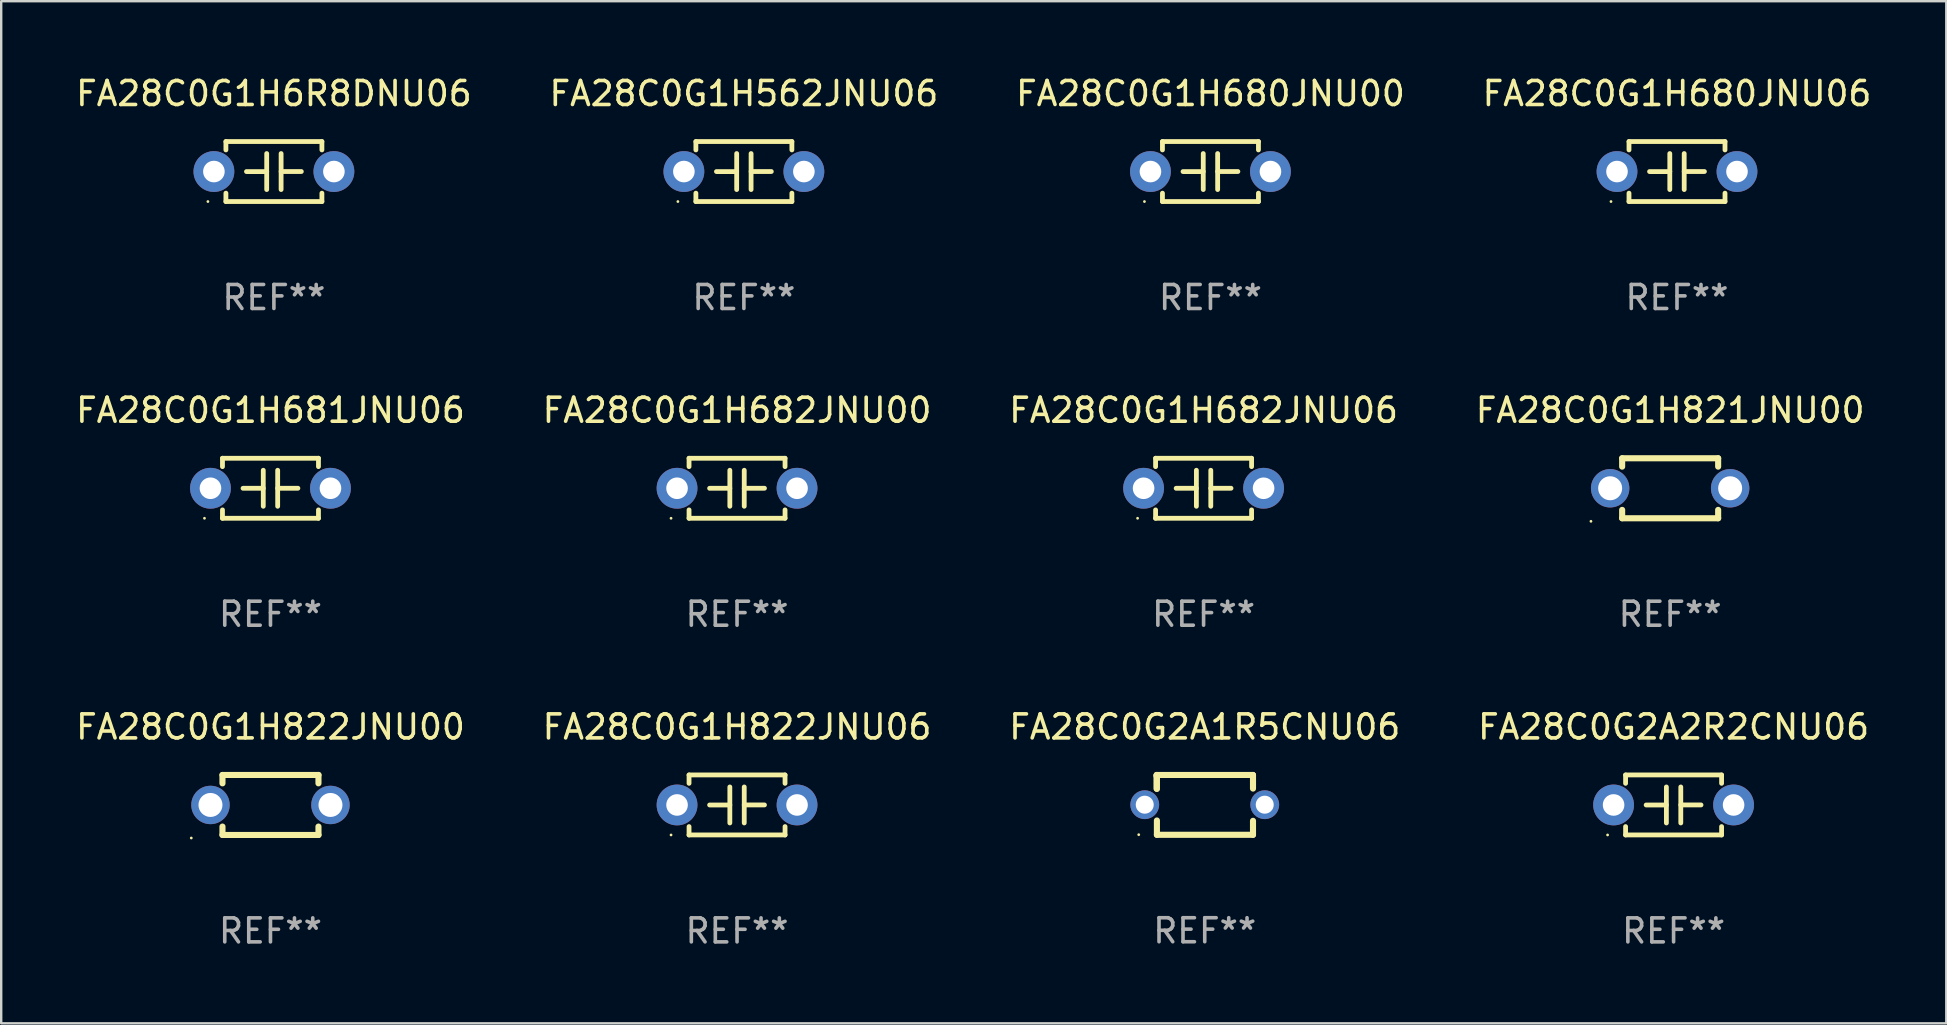
<source format=kicad_pcb>
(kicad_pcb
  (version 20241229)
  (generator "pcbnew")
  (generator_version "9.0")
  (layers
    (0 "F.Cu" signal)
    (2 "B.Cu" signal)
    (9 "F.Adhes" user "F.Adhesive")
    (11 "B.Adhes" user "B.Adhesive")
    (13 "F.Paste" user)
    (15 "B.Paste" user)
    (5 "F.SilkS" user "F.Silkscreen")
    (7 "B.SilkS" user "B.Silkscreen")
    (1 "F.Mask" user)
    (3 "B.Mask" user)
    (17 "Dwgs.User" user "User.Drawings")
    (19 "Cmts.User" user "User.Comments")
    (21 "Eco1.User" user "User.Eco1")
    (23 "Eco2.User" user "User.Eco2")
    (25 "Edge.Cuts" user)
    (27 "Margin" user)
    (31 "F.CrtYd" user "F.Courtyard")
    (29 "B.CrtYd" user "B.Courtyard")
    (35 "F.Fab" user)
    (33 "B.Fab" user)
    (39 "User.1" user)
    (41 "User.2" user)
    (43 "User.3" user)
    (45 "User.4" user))
  (footprint "FA28C0G1H681JNU06"
    (layer "F.Cu")
    (at 8.22 17.295)
    (property "Reference" "FA28C0G1H681JNU06" (at 0 -3.25 0) (layer "F.SilkS") (effects (font (size 1 1) (thickness 0.15))))
    (attr through_hole)
    (fp_line (start -2 -1.25) (end -2 -0.901) (stroke (width 0.2) (type solid)) (layer "F.SilkS"))
    (fp_line (start -2 -1.25) (end 2 -1.25) (stroke (width 0.2) (type solid)) (layer "F.SilkS"))
    (fp_line (start -2 0.901) (end -2 1.25) (stroke (width 0.2) (type solid)) (layer "F.SilkS"))
    (fp_line (start -0.3 -0.75) (end -0.3 0.75) (stroke (width 0.2) (type solid)) (layer "F.SilkS"))
    (fp_line (start -0.3 0.001) (end -1.143 0.001) (stroke (width 0.2) (type solid)) (layer "F.SilkS"))
    (fp_line (start 0.3 -0.001) (end 1.143 -0.001) (stroke (width 0.2) (type solid)) (layer "F.SilkS"))
    (fp_line (start 0.3 0.75) (end 0.3 -0.75) (stroke (width 0.2) (type solid)) (layer "F.SilkS"))
    (fp_line (start 2 -1.25) (end 2 -0.901) (stroke (width 0.2) (type solid)) (layer "F.SilkS"))
    (fp_line (start 2 0.901) (end 2 1.25) (stroke (width 0.2) (type solid)) (layer "F.SilkS"))
    (fp_line (start 2 1.25) (end -2 1.25) (stroke (width 0.2) (type solid)) (layer "F.SilkS"))
    (fp_circle (center -2.75 1.25) (end -2.72 1.25) (stroke (width 0.06) (type solid)) (fill no) (layer "F.SilkS"))
    (fp_text user "REF**" (at 0 5.25 0) (layer "F.Fab") (effects (font (size 1 1) (thickness 0.15))))
    (pad "1" thru_hole circle (at -2.5 0) (size 1.7 1.7) (drill 0.9) (layers "*.Cu" "*.Mask"))
    (pad "2" thru_hole circle (at 2.5 0) (size 1.7 1.7) (drill 0.9) (layers "*.Cu" "*.Mask")))
  (footprint "FA28C0G1H562JNU06"
    (layer "F.Cu")
    (at 27.946 4.098)
    (property "Reference" "FA28C0G1H562JNU06" (at 0 -3.25 0) (layer "F.SilkS") (effects (font (size 1 1) (thickness 0.15))))
    (attr through_hole)
    (fp_line (start -2 -1.25) (end -2 -0.901) (stroke (width 0.2) (type solid)) (layer "F.SilkS"))
    (fp_line (start -2 -1.25) (end 2 -1.25) (stroke (width 0.2) (type solid)) (layer "F.SilkS"))
    (fp_line (start -2 0.901) (end -2 1.25) (stroke (width 0.2) (type solid)) (layer "F.SilkS"))
    (fp_line (start -0.3 -0.75) (end -0.3 0.75) (stroke (width 0.2) (type solid)) (layer "F.SilkS"))
    (fp_line (start -0.3 0.001) (end -1.143 0.001) (stroke (width 0.2) (type solid)) (layer "F.SilkS"))
    (fp_line (start 0.3 -0.001) (end 1.143 -0.001) (stroke (width 0.2) (type solid)) (layer "F.SilkS"))
    (fp_line (start 0.3 0.75) (end 0.3 -0.75) (stroke (width 0.2) (type solid)) (layer "F.SilkS"))
    (fp_line (start 2 -1.25) (end 2 -0.901) (stroke (width 0.2) (type solid)) (layer "F.SilkS"))
    (fp_line (start 2 0.901) (end 2 1.25) (stroke (width 0.2) (type solid)) (layer "F.SilkS"))
    (fp_line (start 2 1.25) (end -2 1.25) (stroke (width 0.2) (type solid)) (layer "F.SilkS"))
    (fp_circle (center -2.75 1.25) (end -2.72 1.25) (stroke (width 0.06) (type solid)) (fill no) (layer "F.SilkS"))
    (fp_text user "REF**" (at 0 5.25 0) (layer "F.Fab") (effects (font (size 1 1) (thickness 0.15))))
    (pad "1" thru_hole circle (at -2.5 0) (size 1.7 1.7) (drill 0.9) (layers "*.Cu" "*.Mask"))
    (pad "2" thru_hole circle (at 2.5 0) (size 1.7 1.7) (drill 0.9) (layers "*.Cu" "*.Mask")))
  (footprint "FA28C0G2A1R5CNU06"
    (layer "F.Cu")
    (at 47.149 30.488)
    (property "Reference" "FA28C0G2A1R5CNU06" (at 0 -3.247 0) (layer "F.SilkS") (effects (font (size 1 1) (thickness 0.15))))
    (attr through_hole)
    (fp_line (start -2.006 -1.24) (end -1.999 -1.247) (stroke (width 0.254) (type solid)) (layer "F.SilkS"))
    (fp_line (start -2.006 -0.676) (end -2.006 -1.24) (stroke (width 0.254) (type solid)) (layer "F.SilkS"))
    (fp_line (start -1.999 -1.247) (end 2.005 -1.247) (stroke (width 0.254) (type solid)) (layer "F.SilkS"))
    (fp_line (start -1.993 -1.186) (end -2.006 -1.2) (stroke (width 0.254) (type solid)) (layer "F.SilkS"))
    (fp_line (start -1.993 -0.665) (end -1.993 -1.186) (stroke (width 0.254) (type solid)) (layer "F.SilkS"))
    (fp_line (start -1.993 1.247) (end -1.993 0.65) (stroke (width 0.254) (type solid)) (layer "F.SilkS"))
    (fp_line (start 2.005 -1.247) (end 2.011 -1.24) (stroke (width 0.254) (type solid)) (layer "F.SilkS"))
    (fp_line (start 2.011 -1.24) (end 2.011 -0.68) (stroke (width 0.254) (type solid)) (layer "F.SilkS"))
    (fp_line (start 2.011 0.664) (end 2.011 1.247) (stroke (width 0.254) (type solid)) (layer "F.SilkS"))
    (fp_line (start 2.011 1.247) (end -1.993 1.247) (stroke (width 0.254) (type solid)) (layer "F.SilkS"))
    (fp_circle (center -2.75 1.242) (end -2.72 1.242) (stroke (width 0.06) (type solid)) (fill no) (layer "F.SilkS"))
    (fp_text user "REF**" (at 0 5.247 0) (layer "F.Fab") (effects (font (size 1 1) (thickness 0.15))))
    (pad "1" thru_hole circle (at -2.5 -0.008) (size 1.2 1.2) (drill 0.75) (layers "*.Cu" "*.Mask"))
    (pad "2" thru_hole circle (at 2.5 -0.008) (size 1.2 1.2) (drill 0.75) (layers "*.Cu" "*.Mask")))
  (footprint "FA28C0G1H680JNU00"
    (layer "F.Cu")
    (at 47.387 4.098)
    (property "Reference" "FA28C0G1H680JNU00" (at 0 -3.25 0) (layer "F.SilkS") (effects (font (size 1 1) (thickness 0.15))))
    (attr through_hole)
    (fp_line (start -2 -1.25) (end -2 -0.901) (stroke (width 0.2) (type solid)) (layer "F.SilkS"))
    (fp_line (start -2 -1.25) (end 2 -1.25) (stroke (width 0.2) (type solid)) (layer "F.SilkS"))
    (fp_line (start -2 0.901) (end -2 1.25) (stroke (width 0.2) (type solid)) (layer "F.SilkS"))
    (fp_line (start -0.3 -0.75) (end -0.3 0.75) (stroke (width 0.2) (type solid)) (layer "F.SilkS"))
    (fp_line (start -0.3 0.001) (end -1.143 0.001) (stroke (width 0.2) (type solid)) (layer "F.SilkS"))
    (fp_line (start 0.3 -0.001) (end 1.143 -0.001) (stroke (width 0.2) (type solid)) (layer "F.SilkS"))
    (fp_line (start 0.3 0.75) (end 0.3 -0.75) (stroke (width 0.2) (type solid)) (layer "F.SilkS"))
    (fp_line (start 2 -1.25) (end 2 -0.901) (stroke (width 0.2) (type solid)) (layer "F.SilkS"))
    (fp_line (start 2 0.901) (end 2 1.25) (stroke (width 0.2) (type solid)) (layer "F.SilkS"))
    (fp_line (start 2 1.25) (end -2 1.25) (stroke (width 0.2) (type solid)) (layer "F.SilkS"))
    (fp_circle (center -2.75 1.25) (end -2.72 1.25) (stroke (width 0.06) (type solid)) (fill no) (layer "F.SilkS"))
    (fp_text user "REF**" (at 0 5.25 0) (layer "F.Fab") (effects (font (size 1 1) (thickness 0.15))))
    (pad "1" thru_hole circle (at -2.5 0) (size 1.7 1.7) (drill 0.9) (layers "*.Cu" "*.Mask"))
    (pad "2" thru_hole circle (at 2.5 0) (size 1.7 1.7) (drill 0.9) (layers "*.Cu" "*.Mask")))
  (footprint "FA28C0G2A2R2CNU06"
    (layer "F.Cu")
    (at 66.685 30.491)
    (property "Reference" "FA28C0G2A2R2CNU06" (at 0 -3.25 0) (layer "F.SilkS") (effects (font (size 1 1) (thickness 0.15))))
    (attr through_hole)
    (fp_line (start -2 -1.25) (end -2 -0.901) (stroke (width 0.2) (type solid)) (layer "F.SilkS"))
    (fp_line (start -2 -1.25) (end 2 -1.25) (stroke (width 0.2) (type solid)) (layer "F.SilkS"))
    (fp_line (start -2 0.901) (end -2 1.25) (stroke (width 0.2) (type solid)) (layer "F.SilkS"))
    (fp_line (start -0.3 -0.75) (end -0.3 0.75) (stroke (width 0.2) (type solid)) (layer "F.SilkS"))
    (fp_line (start -0.3 0.001) (end -1.143 0.001) (stroke (width 0.2) (type solid)) (layer "F.SilkS"))
    (fp_line (start 0.3 -0.001) (end 1.143 -0.001) (stroke (width 0.2) (type solid)) (layer "F.SilkS"))
    (fp_line (start 0.3 0.75) (end 0.3 -0.75) (stroke (width 0.2) (type solid)) (layer "F.SilkS"))
    (fp_line (start 2 -1.25) (end 2 -0.901) (stroke (width 0.2) (type solid)) (layer "F.SilkS"))
    (fp_line (start 2 0.901) (end 2 1.25) (stroke (width 0.2) (type solid)) (layer "F.SilkS"))
    (fp_line (start 2 1.25) (end -2 1.25) (stroke (width 0.2) (type solid)) (layer "F.SilkS"))
    (fp_circle (center -2.75 1.25) (end -2.72 1.25) (stroke (width 0.06) (type solid)) (fill no) (layer "F.SilkS"))
    (fp_text user "REF**" (at 0 5.25 0) (layer "F.Fab") (effects (font (size 1 1) (thickness 0.15))))
    (pad "1" thru_hole circle (at -2.5 0) (size 1.7 1.7) (drill 0.9) (layers "*.Cu" "*.Mask"))
    (pad "2" thru_hole circle (at 2.5 0) (size 1.7 1.7) (drill 0.9) (layers "*.Cu" "*.Mask")))
  (footprint "FA28C0G1H682JNU00"
    (layer "F.Cu")
    (at 27.661 17.295)
    (property "Reference" "FA28C0G1H682JNU00" (at 0 -3.25 0) (layer "F.SilkS") (effects (font (size 1 1) (thickness 0.15))))
    (attr through_hole)
    (fp_line (start -2 -1.25) (end -2 -0.901) (stroke (width 0.2) (type solid)) (layer "F.SilkS"))
    (fp_line (start -2 -1.25) (end 2 -1.25) (stroke (width 0.2) (type solid)) (layer "F.SilkS"))
    (fp_line (start -2 0.901) (end -2 1.25) (stroke (width 0.2) (type solid)) (layer "F.SilkS"))
    (fp_line (start -0.3 -0.75) (end -0.3 0.75) (stroke (width 0.2) (type solid)) (layer "F.SilkS"))
    (fp_line (start -0.3 0.001) (end -1.143 0.001) (stroke (width 0.2) (type solid)) (layer "F.SilkS"))
    (fp_line (start 0.3 -0.001) (end 1.143 -0.001) (stroke (width 0.2) (type solid)) (layer "F.SilkS"))
    (fp_line (start 0.3 0.75) (end 0.3 -0.75) (stroke (width 0.2) (type solid)) (layer "F.SilkS"))
    (fp_line (start 2 -1.25) (end 2 -0.901) (stroke (width 0.2) (type solid)) (layer "F.SilkS"))
    (fp_line (start 2 0.901) (end 2 1.25) (stroke (width 0.2) (type solid)) (layer "F.SilkS"))
    (fp_line (start 2 1.25) (end -2 1.25) (stroke (width 0.2) (type solid)) (layer "F.SilkS"))
    (fp_circle (center -2.75 1.25) (end -2.72 1.25) (stroke (width 0.06) (type solid)) (fill no) (layer "F.SilkS"))
    (fp_text user "REF**" (at 0 5.25 0) (layer "F.Fab") (effects (font (size 1 1) (thickness 0.15))))
    (pad "1" thru_hole circle (at -2.5 0) (size 1.7 1.7) (drill 0.9) (layers "*.Cu" "*.Mask"))
    (pad "2" thru_hole circle (at 2.5 0) (size 1.7 1.7) (drill 0.9) (layers "*.Cu" "*.Mask")))
  (footprint "FA28C0G1H822JNU06"
    (layer "F.Cu")
    (at 27.661 30.491)
    (property "Reference" "FA28C0G1H822JNU06" (at 0 -3.25 0) (layer "F.SilkS") (effects (font (size 1 1) (thickness 0.15))))
    (attr through_hole)
    (fp_line (start -2 -1.25) (end -2 -0.901) (stroke (width 0.2) (type solid)) (layer "F.SilkS"))
    (fp_line (start -2 -1.25) (end 2 -1.25) (stroke (width 0.2) (type solid)) (layer "F.SilkS"))
    (fp_line (start -2 0.901) (end -2 1.25) (stroke (width 0.2) (type solid)) (layer "F.SilkS"))
    (fp_line (start -0.3 -0.75) (end -0.3 0.75) (stroke (width 0.2) (type solid)) (layer "F.SilkS"))
    (fp_line (start -0.3 0.001) (end -1.143 0.001) (stroke (width 0.2) (type solid)) (layer "F.SilkS"))
    (fp_line (start 0.3 -0.001) (end 1.143 -0.001) (stroke (width 0.2) (type solid)) (layer "F.SilkS"))
    (fp_line (start 0.3 0.75) (end 0.3 -0.75) (stroke (width 0.2) (type solid)) (layer "F.SilkS"))
    (fp_line (start 2 -1.25) (end 2 -0.901) (stroke (width 0.2) (type solid)) (layer "F.SilkS"))
    (fp_line (start 2 0.901) (end 2 1.25) (stroke (width 0.2) (type solid)) (layer "F.SilkS"))
    (fp_line (start 2 1.25) (end -2 1.25) (stroke (width 0.2) (type solid)) (layer "F.SilkS"))
    (fp_circle (center -2.75 1.25) (end -2.72 1.25) (stroke (width 0.06) (type solid)) (fill no) (layer "F.SilkS"))
    (fp_text user "REF**" (at 0 5.25 0) (layer "F.Fab") (effects (font (size 1 1) (thickness 0.15))))
    (pad "1" thru_hole circle (at -2.5 0) (size 1.7 1.7) (drill 0.9) (layers "*.Cu" "*.Mask"))
    (pad "2" thru_hole circle (at 2.5 0) (size 1.7 1.7) (drill 0.9) (layers "*.Cu" "*.Mask")))
  (footprint "FA28C0G1H821JNU00"
    (layer "F.Cu")
    (at 66.542 17.295)
    (property "Reference" "FA28C0G1H821JNU00" (at 0 -3.25 0) (layer "F.SilkS") (effects (font (size 1 1) (thickness 0.15))))
    (attr through_hole)
    (fp_line (start -2 -1.25) (end -2 -0.901) (stroke (width 0.254) (type solid)) (layer "F.SilkS"))
    (fp_line (start -2 -1.25) (end 2 -1.25) (stroke (width 0.254) (type solid)) (layer "F.SilkS"))
    (fp_line (start -2 0.901) (end -2 1.25) (stroke (width 0.254) (type solid)) (layer "F.SilkS"))
    (fp_line (start 2 -1.25) (end 2 -0.901) (stroke (width 0.254) (type solid)) (layer "F.SilkS"))
    (fp_line (start 2 0.901) (end 2 1.25) (stroke (width 0.254) (type solid)) (layer "F.SilkS"))
    (fp_line (start 2 1.25) (end -2 1.25) (stroke (width 0.254) (type solid)) (layer "F.SilkS"))
    (fp_circle (center -3.3 1.377) (end -3.27 1.377) (stroke (width 0.06) (type solid)) (fill no) (layer "F.SilkS"))
    (fp_text user "REF**" (at 0 5.25 0) (layer "F.Fab") (effects (font (size 1 1) (thickness 0.15))))
    (pad "1" thru_hole circle (at -2.5 0) (size 1.6 1.6) (drill 1) (layers "*.Cu" "*.Mask"))
    (pad "2" thru_hole circle (at 2.5 0) (size 1.6 1.6) (drill 1) (layers "*.Cu" "*.Mask")))
  (footprint "FA28C0G1H682JNU06"
    (layer "F.Cu")
    (at 47.101 17.295)
    (property "Reference" "FA28C0G1H682JNU06" (at 0 -3.25 0) (layer "F.SilkS") (effects (font (size 1 1) (thickness 0.15))))
    (attr through_hole)
    (fp_line (start -2 -1.25) (end -2 -0.901) (stroke (width 0.2) (type solid)) (layer "F.SilkS"))
    (fp_line (start -2 -1.25) (end 2 -1.25) (stroke (width 0.2) (type solid)) (layer "F.SilkS"))
    (fp_line (start -2 0.901) (end -2 1.25) (stroke (width 0.2) (type solid)) (layer "F.SilkS"))
    (fp_line (start -0.3 -0.75) (end -0.3 0.75) (stroke (width 0.2) (type solid)) (layer "F.SilkS"))
    (fp_line (start -0.3 0.001) (end -1.143 0.001) (stroke (width 0.2) (type solid)) (layer "F.SilkS"))
    (fp_line (start 0.3 -0.001) (end 1.143 -0.001) (stroke (width 0.2) (type solid)) (layer "F.SilkS"))
    (fp_line (start 0.3 0.75) (end 0.3 -0.75) (stroke (width 0.2) (type solid)) (layer "F.SilkS"))
    (fp_line (start 2 -1.25) (end 2 -0.901) (stroke (width 0.2) (type solid)) (layer "F.SilkS"))
    (fp_line (start 2 0.901) (end 2 1.25) (stroke (width 0.2) (type solid)) (layer "F.SilkS"))
    (fp_line (start 2 1.25) (end -2 1.25) (stroke (width 0.2) (type solid)) (layer "F.SilkS"))
    (fp_circle (center -2.75 1.25) (end -2.72 1.25) (stroke (width 0.06) (type solid)) (fill no) (layer "F.SilkS"))
    (fp_text user "REF**" (at 0 5.25 0) (layer "F.Fab") (effects (font (size 1 1) (thickness 0.15))))
    (pad "1" thru_hole circle (at -2.5 0) (size 1.7 1.7) (drill 0.9) (layers "*.Cu" "*.Mask"))
    (pad "2" thru_hole circle (at 2.5 0) (size 1.7 1.7) (drill 0.9) (layers "*.Cu" "*.Mask")))
  (footprint "FA28C0G1H822JNU00"
    (layer "F.Cu")
    (at 8.22 30.491)
    (property "Reference" "FA28C0G1H822JNU00" (at 0 -3.25 0) (layer "F.SilkS") (effects (font (size 1 1) (thickness 0.15))))
    (attr through_hole)
    (fp_line (start -2 -1.25) (end -2 -0.901) (stroke (width 0.254) (type solid)) (layer "F.SilkS"))
    (fp_line (start -2 -1.25) (end 2 -1.25) (stroke (width 0.254) (type solid)) (layer "F.SilkS"))
    (fp_line (start -2 0.901) (end -2 1.25) (stroke (width 0.254) (type solid)) (layer "F.SilkS"))
    (fp_line (start 2 -1.25) (end 2 -0.901) (stroke (width 0.254) (type solid)) (layer "F.SilkS"))
    (fp_line (start 2 0.901) (end 2 1.25) (stroke (width 0.254) (type solid)) (layer "F.SilkS"))
    (fp_line (start 2 1.25) (end -2 1.25) (stroke (width 0.254) (type solid)) (layer "F.SilkS"))
    (fp_circle (center -3.3 1.377) (end -3.27 1.377) (stroke (width 0.06) (type solid)) (fill no) (layer "F.SilkS"))
    (fp_text user "REF**" (at 0 5.25 0) (layer "F.Fab") (effects (font (size 1 1) (thickness 0.15))))
    (pad "1" thru_hole circle (at -2.5 0) (size 1.6 1.6) (drill 1) (layers "*.Cu" "*.Mask"))
    (pad "2" thru_hole circle (at 2.5 0) (size 1.6 1.6) (drill 1) (layers "*.Cu" "*.Mask")))
  (footprint "FA28C0G1H680JNU06"
    (layer "F.Cu")
    (at 66.827 4.098)
    (property "Reference" "FA28C0G1H680JNU06" (at 0 -3.25 0) (layer "F.SilkS") (effects (font (size 1 1) (thickness 0.15))))
    (attr through_hole)
    (fp_line (start -2 -1.25) (end -2 -0.901) (stroke (width 0.2) (type solid)) (layer "F.SilkS"))
    (fp_line (start -2 -1.25) (end 2 -1.25) (stroke (width 0.2) (type solid)) (layer "F.SilkS"))
    (fp_line (start -2 0.901) (end -2 1.25) (stroke (width 0.2) (type solid)) (layer "F.SilkS"))
    (fp_line (start -0.3 -0.75) (end -0.3 0.75) (stroke (width 0.2) (type solid)) (layer "F.SilkS"))
    (fp_line (start -0.3 0.001) (end -1.143 0.001) (stroke (width 0.2) (type solid)) (layer "F.SilkS"))
    (fp_line (start 0.3 -0.001) (end 1.143 -0.001) (stroke (width 0.2) (type solid)) (layer "F.SilkS"))
    (fp_line (start 0.3 0.75) (end 0.3 -0.75) (stroke (width 0.2) (type solid)) (layer "F.SilkS"))
    (fp_line (start 2 -1.25) (end 2 -0.901) (stroke (width 0.2) (type solid)) (layer "F.SilkS"))
    (fp_line (start 2 0.901) (end 2 1.25) (stroke (width 0.2) (type solid)) (layer "F.SilkS"))
    (fp_line (start 2 1.25) (end -2 1.25) (stroke (width 0.2) (type solid)) (layer "F.SilkS"))
    (fp_circle (center -2.75 1.25) (end -2.72 1.25) (stroke (width 0.06) (type solid)) (fill no) (layer "F.SilkS"))
    (fp_text user "REF**" (at 0 5.25 0) (layer "F.Fab") (effects (font (size 1 1) (thickness 0.15))))
    (pad "1" thru_hole circle (at -2.5 0) (size 1.7 1.7) (drill 0.9) (layers "*.Cu" "*.Mask"))
    (pad "2" thru_hole circle (at 2.5 0) (size 1.7 1.7) (drill 0.9) (layers "*.Cu" "*.Mask")))
  (footprint "FA28C0G1H6R8DNU06"
    (layer "F.Cu")
    (at 8.363 4.098)
    (property "Reference" "FA28C0G1H6R8DNU06" (at 0 -3.25 0) (layer "F.SilkS") (effects (font (size 1 1) (thickness 0.15))))
    (attr through_hole)
    (fp_line (start -2 -1.25) (end -2 -0.901) (stroke (width 0.2) (type solid)) (layer "F.SilkS"))
    (fp_line (start -2 -1.25) (end 2 -1.25) (stroke (width 0.2) (type solid)) (layer "F.SilkS"))
    (fp_line (start -2 0.901) (end -2 1.25) (stroke (width 0.2) (type solid)) (layer "F.SilkS"))
    (fp_line (start -0.3 -0.75) (end -0.3 0.75) (stroke (width 0.2) (type solid)) (layer "F.SilkS"))
    (fp_line (start -0.3 0.001) (end -1.143 0.001) (stroke (width 0.2) (type solid)) (layer "F.SilkS"))
    (fp_line (start 0.3 -0.001) (end 1.143 -0.001) (stroke (width 0.2) (type solid)) (layer "F.SilkS"))
    (fp_line (start 0.3 0.75) (end 0.3 -0.75) (stroke (width 0.2) (type solid)) (layer "F.SilkS"))
    (fp_line (start 2 -1.25) (end 2 -0.901) (stroke (width 0.2) (type solid)) (layer "F.SilkS"))
    (fp_line (start 2 0.901) (end 2 1.25) (stroke (width 0.2) (type solid)) (layer "F.SilkS"))
    (fp_line (start 2 1.25) (end -2 1.25) (stroke (width 0.2) (type solid)) (layer "F.SilkS"))
    (fp_circle (center -2.75 1.25) (end -2.72 1.25) (stroke (width 0.06) (type solid)) (fill no) (layer "F.SilkS"))
    (fp_text user "REF**" (at 0 5.25 0) (layer "F.Fab") (effects (font (size 1 1) (thickness 0.15))))
    (pad "1" thru_hole circle (at -2.5 0) (size 1.7 1.7) (drill 0.9) (layers "*.Cu" "*.Mask"))
    (pad "2" thru_hole circle (at 2.5 0) (size 1.7 1.7) (drill 0.9) (layers "*.Cu" "*.Mask")))
  (gr_rect
    (start -3 -3)
    (end 78.048 39.59)
    (stroke (width 0.1) (type default))
    (fill no)
    (layer "Edge.Cuts")))
</source>
